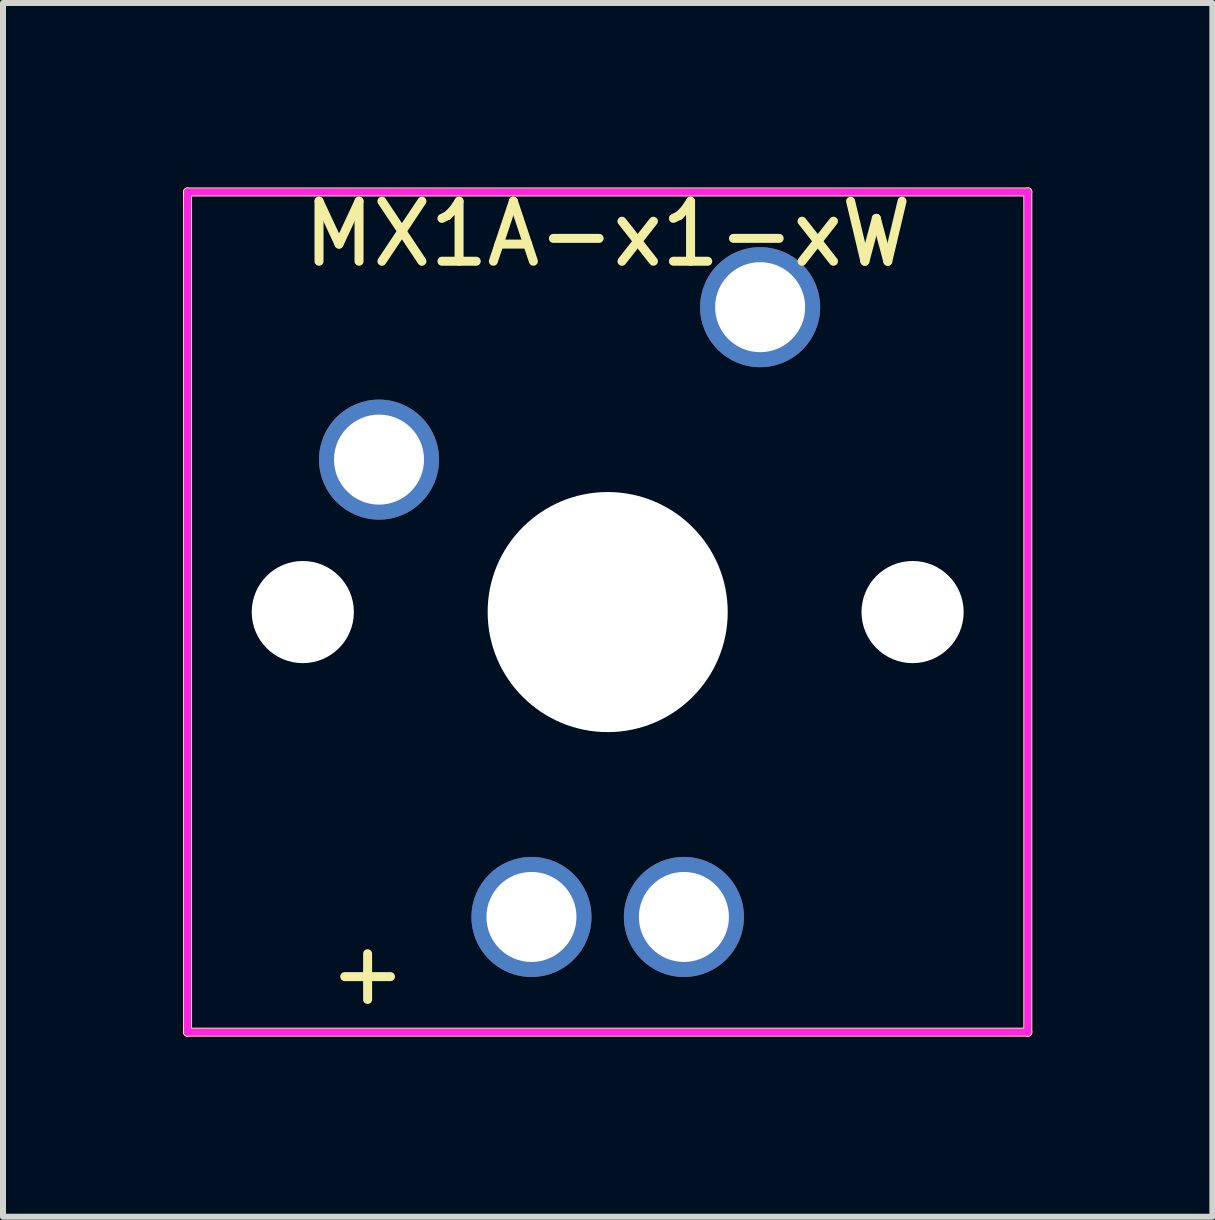
<source format=kicad_pcb>
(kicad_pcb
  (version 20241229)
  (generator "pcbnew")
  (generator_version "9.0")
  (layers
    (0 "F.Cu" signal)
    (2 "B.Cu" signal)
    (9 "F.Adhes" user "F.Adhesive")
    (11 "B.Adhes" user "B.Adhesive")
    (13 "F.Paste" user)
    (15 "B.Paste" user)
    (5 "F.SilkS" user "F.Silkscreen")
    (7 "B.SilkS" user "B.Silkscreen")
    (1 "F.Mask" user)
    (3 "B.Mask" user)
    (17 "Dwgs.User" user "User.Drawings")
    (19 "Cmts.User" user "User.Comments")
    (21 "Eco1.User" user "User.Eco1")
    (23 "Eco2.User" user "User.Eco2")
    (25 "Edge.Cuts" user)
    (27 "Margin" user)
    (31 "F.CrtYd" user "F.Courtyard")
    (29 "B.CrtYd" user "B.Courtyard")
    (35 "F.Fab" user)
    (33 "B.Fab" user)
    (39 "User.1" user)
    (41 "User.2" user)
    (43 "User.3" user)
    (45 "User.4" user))
  (footprint "MX1A-x1-xW"
    (layer "F.Cu")
    (at 7.075 7.148)
    (property "Reference" "MX1A-x1-xW" (at 0 -6.3 0) (layer "F.SilkS") (effects (font (size 1 1) (thickness 0.15))))
    (attr through_hole)
    (fp_line (start -7 -7) (end 7 -7) (stroke (width 0.15) (type solid)) (layer "F.SilkS"))
    (fp_line (start -7 7) (end -7 -7) (stroke (width 0.15) (type solid)) (layer "F.SilkS"))
    (fp_line (start 7 -7) (end 7 7) (stroke (width 0.15) (type solid)) (layer "F.SilkS"))
    (fp_line (start 7 7) (end -7 7) (stroke (width 0.15) (type solid)) (layer "F.SilkS"))
    (fp_line (start -7 -7) (end 7 -7) (stroke (width 0.12) (type solid)) (layer "F.CrtYd"))
    (fp_line (start -7 7) (end -7 -7) (stroke (width 0.12) (type solid)) (layer "F.CrtYd"))
    (fp_line (start 7 -7) (end 7 7) (stroke (width 0.12) (type solid)) (layer "F.CrtYd"))
    (fp_line (start 7 7) (end -7 7) (stroke (width 0.12) (type solid)) (layer "F.CrtYd"))
    (fp_text user "+" (at -4 6 0) (layer "F.SilkS") (effects (font (size 1 1) (thickness 0.15))))
    (pad "" np_thru_hole circle (at -5.08 0) (size 1.702 1.702) (drill 1.702) (layers "*.Cu" "*.Mask"))
    (pad "" np_thru_hole circle (at 0 0) (size 4 4) (drill 4) (layers "*.Cu" "*.Mask"))
    (pad "" np_thru_hole circle (at 5.08 0) (size 1.702 1.702) (drill 1.702) (layers "*.Cu" "*.Mask"))
    (pad "1" thru_hole circle (at -3.81 -2.54) (size 2 2) (drill 1.5) (layers "*.Cu" "*.Mask"))
    (pad "2" thru_hole circle (at 2.54 -5.08) (size 2 2) (drill 1.5) (layers "*.Cu" "*.Mask"))
    (pad "3" thru_hole circle (at -1.27 5.08) (size 2 2) (drill 1.5) (layers "*.Cu" "*.Mask"))
    (pad "4" thru_hole circle (at 1.27 5.08) (size 2 2) (drill 1.5) (layers "*.Cu" "*.Mask")))
  (gr_rect
    (start -3 -3)
    (end 17.15 17.223)
    (stroke (width 0.1) (type default))
    (fill no)
    (layer "Edge.Cuts")))
</source>
